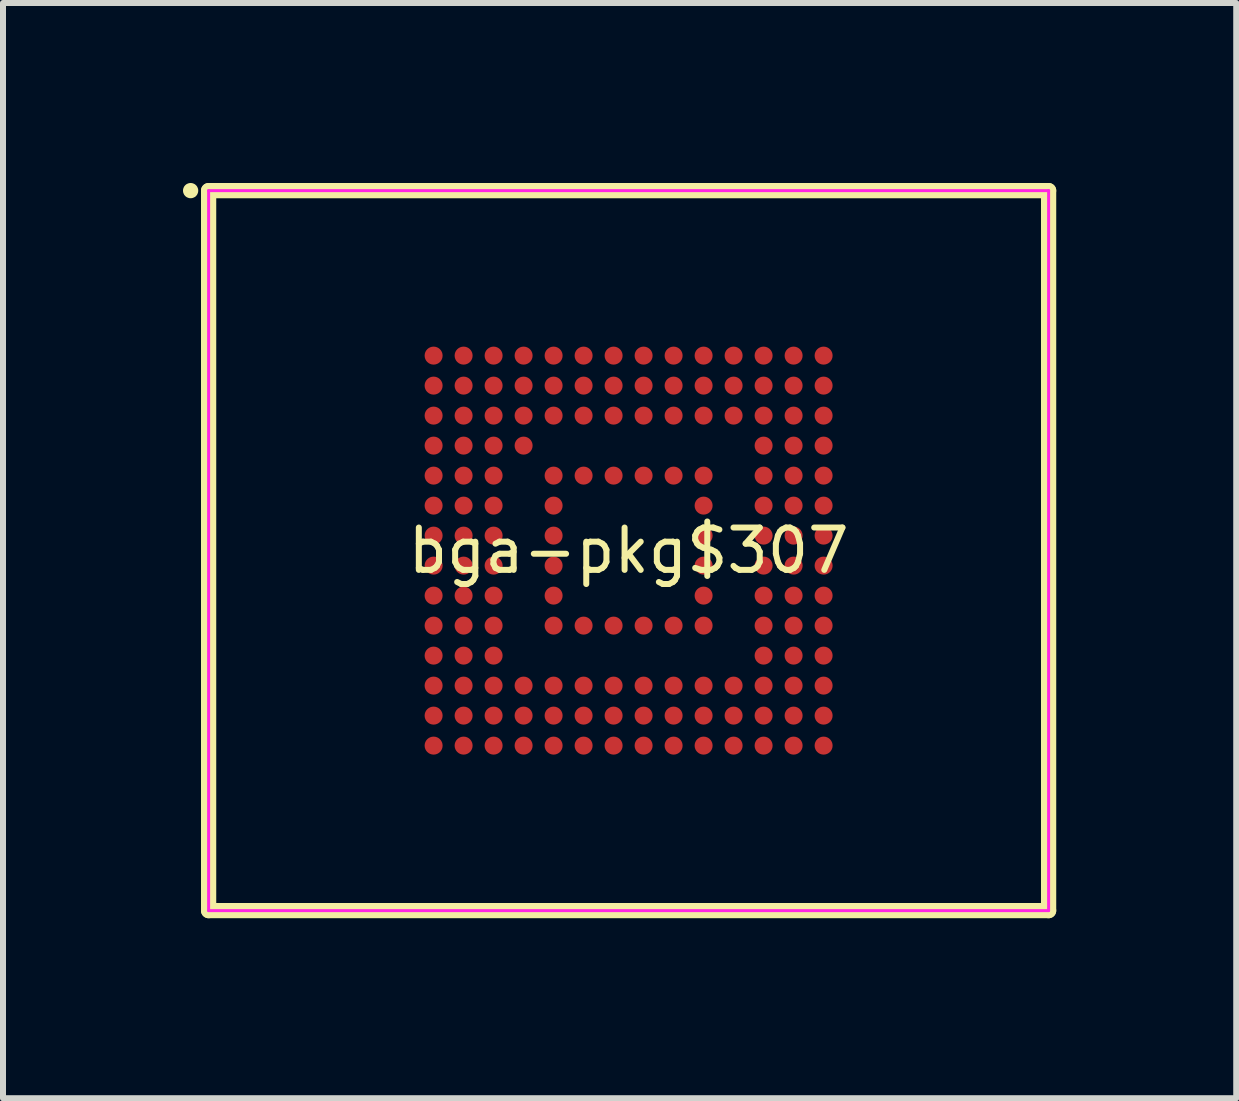
<source format=kicad_pcb>
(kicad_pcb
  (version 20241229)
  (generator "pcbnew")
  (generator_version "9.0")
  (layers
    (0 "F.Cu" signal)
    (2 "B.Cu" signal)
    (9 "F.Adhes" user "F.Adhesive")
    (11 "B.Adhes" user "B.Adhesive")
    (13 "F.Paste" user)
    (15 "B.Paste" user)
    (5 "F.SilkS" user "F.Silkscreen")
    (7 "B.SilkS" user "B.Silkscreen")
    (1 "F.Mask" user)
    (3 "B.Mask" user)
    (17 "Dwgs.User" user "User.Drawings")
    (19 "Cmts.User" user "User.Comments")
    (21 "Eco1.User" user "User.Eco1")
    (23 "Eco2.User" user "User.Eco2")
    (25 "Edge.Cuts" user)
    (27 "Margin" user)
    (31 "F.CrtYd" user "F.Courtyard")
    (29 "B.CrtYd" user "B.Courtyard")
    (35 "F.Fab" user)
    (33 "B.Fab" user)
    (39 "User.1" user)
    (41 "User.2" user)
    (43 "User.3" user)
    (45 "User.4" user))
  (footprint "bga-pkg$307"
    (layer "F.Cu")
    (at 7.427 6.127)
    (property "Reference" "bga-pkg$307" (at 0 0 0) (layer "F.SilkS") (effects (font (size 0.706 0.706) (thickness 0.1))))
    (attr through_hole)
    (fp_line (start -7 -6) (end -7 6) (stroke (width 0.254) (type solid)) (layer "F.SilkS"))
    (fp_line (start -7 6) (end 7 6) (stroke (width 0.254) (type solid)) (layer "F.SilkS"))
    (fp_line (start 7 -6) (end -7 -6) (stroke (width 0.254) (type solid)) (layer "F.SilkS"))
    (fp_line (start 7 6) (end 7 -6) (stroke (width 0.254) (type solid)) (layer "F.SilkS"))
    (fp_poly (pts (xy -7.173 -6) (xy -7.175 -6.025) (xy -7.183 -6.049) (xy -7.194 -6.071) (xy -7.21 -6.09) (xy -7.229 -6.106) (xy -7.251 -6.117) (xy -7.275 -6.125) (xy -7.3 -6.127) (xy -7.325 -6.125) (xy -7.349 -6.117) (xy -7.371 -6.106) (xy -7.39 -6.09) (xy -7.406 -6.071) (xy -7.417 -6.049) (xy -7.425 -6.025) (xy -7.427 -6) (xy -7.425 -5.975) (xy -7.417 -5.951) (xy -7.406 -5.929) (xy -7.39 -5.91) (xy -7.371 -5.894) (xy -7.349 -5.883) (xy -7.325 -5.875) (xy -7.3 -5.873) (xy -7.275 -5.875) (xy -7.251 -5.883) (xy -7.229 -5.894) (xy -7.21 -5.91) (xy -7.194 -5.929) (xy -7.183 -5.951) (xy -7.175 -5.975)) (stroke (width 0) (type solid)) (fill yes) (layer "F.SilkS"))
    (fp_line (start -7 -6) (end -7 6) (stroke (width 0.05) (type solid)) (layer "F.CrtYd"))
    (fp_line (start -7 6) (end 7 6) (stroke (width 0.05) (type solid)) (layer "F.CrtYd"))
    (fp_line (start 7 -6) (end -7 -6) (stroke (width 0.05) (type solid)) (layer "F.CrtYd"))
    (fp_line (start 7 6) (end 7 -6) (stroke (width 0.05) (type solid)) (layer "F.CrtYd"))
    (pad "A1" smd circle (at -3.25 -3.25) (size 0.3 0.3) (layers "F.Cu" "F.Mask" "F.Paste"))
    (pad "A2" smd circle (at -2.75 -3.25) (size 0.3 0.3) (layers "F.Cu" "F.Mask" "F.Paste"))
    (pad "A3" smd circle (at -2.25 -3.25) (size 0.3 0.3) (layers "F.Cu" "F.Mask" "F.Paste"))
    (pad "A4" smd circle (at -1.75 -3.25) (size 0.3 0.3) (layers "F.Cu" "F.Mask" "F.Paste"))
    (pad "A5" smd circle (at -1.25 -3.25) (size 0.3 0.3) (layers "F.Cu" "F.Mask" "F.Paste"))
    (pad "A6" smd circle (at -0.75 -3.25) (size 0.3 0.3) (layers "F.Cu" "F.Mask" "F.Paste"))
    (pad "A7" smd circle (at -0.25 -3.25) (size 0.3 0.3) (layers "F.Cu" "F.Mask" "F.Paste"))
    (pad "A8" smd circle (at 0.25 -3.25) (size 0.3 0.3) (layers "F.Cu" "F.Mask" "F.Paste"))
    (pad "A9" smd circle (at 0.75 -3.25) (size 0.3 0.3) (layers "F.Cu" "F.Mask" "F.Paste"))
    (pad "A10" smd circle (at 1.25 -3.25) (size 0.3 0.3) (layers "F.Cu" "F.Mask" "F.Paste"))
    (pad "A11" smd circle (at 1.75 -3.25) (size 0.3 0.3) (layers "F.Cu" "F.Mask" "F.Paste"))
    (pad "A12" smd circle (at 2.25 -3.25) (size 0.3 0.3) (layers "F.Cu" "F.Mask" "F.Paste"))
    (pad "A13" smd circle (at 2.75 -3.25) (size 0.3 0.3) (layers "F.Cu" "F.Mask" "F.Paste"))
    (pad "A14" smd circle (at 3.25 -3.25) (size 0.3 0.3) (layers "F.Cu" "F.Mask" "F.Paste"))
    (pad "B1" smd circle (at -3.25 -2.75) (size 0.3 0.3) (layers "F.Cu" "F.Mask" "F.Paste"))
    (pad "B2" smd circle (at -2.75 -2.75) (size 0.3 0.3) (layers "F.Cu" "F.Mask" "F.Paste"))
    (pad "B3" smd circle (at -2.25 -2.75) (size 0.3 0.3) (layers "F.Cu" "F.Mask" "F.Paste"))
    (pad "B4" smd circle (at -1.75 -2.75) (size 0.3 0.3) (layers "F.Cu" "F.Mask" "F.Paste"))
    (pad "B5" smd circle (at -1.25 -2.75) (size 0.3 0.3) (layers "F.Cu" "F.Mask" "F.Paste"))
    (pad "B6" smd circle (at -0.75 -2.75) (size 0.3 0.3) (layers "F.Cu" "F.Mask" "F.Paste"))
    (pad "B7" smd circle (at -0.25 -2.75) (size 0.3 0.3) (layers "F.Cu" "F.Mask" "F.Paste"))
    (pad "B8" smd circle (at 0.25 -2.75) (size 0.3 0.3) (layers "F.Cu" "F.Mask" "F.Paste"))
    (pad "B9" smd circle (at 0.75 -2.75) (size 0.3 0.3) (layers "F.Cu" "F.Mask" "F.Paste"))
    (pad "B10" smd circle (at 1.25 -2.75) (size 0.3 0.3) (layers "F.Cu" "F.Mask" "F.Paste"))
    (pad "B11" smd circle (at 1.75 -2.75) (size 0.3 0.3) (layers "F.Cu" "F.Mask" "F.Paste"))
    (pad "B12" smd circle (at 2.25 -2.75) (size 0.3 0.3) (layers "F.Cu" "F.Mask" "F.Paste"))
    (pad "B13" smd circle (at 2.75 -2.75) (size 0.3 0.3) (layers "F.Cu" "F.Mask" "F.Paste"))
    (pad "B14" smd circle (at 3.25 -2.75) (size 0.3 0.3) (layers "F.Cu" "F.Mask" "F.Paste"))
    (pad "C1" smd circle (at -3.25 -2.25) (size 0.3 0.3) (layers "F.Cu" "F.Mask" "F.Paste"))
    (pad "C2" smd circle (at -2.75 -2.25) (size 0.3 0.3) (layers "F.Cu" "F.Mask" "F.Paste"))
    (pad "C3" smd circle (at -2.25 -2.25) (size 0.3 0.3) (layers "F.Cu" "F.Mask" "F.Paste"))
    (pad "C4" smd circle (at -1.75 -2.25) (size 0.3 0.3) (layers "F.Cu" "F.Mask" "F.Paste"))
    (pad "C5" smd circle (at -1.25 -2.25) (size 0.3 0.3) (layers "F.Cu" "F.Mask" "F.Paste"))
    (pad "C6" smd circle (at -0.75 -2.25) (size 0.3 0.3) (layers "F.Cu" "F.Mask" "F.Paste"))
    (pad "C7" smd circle (at -0.25 -2.25) (size 0.3 0.3) (layers "F.Cu" "F.Mask" "F.Paste"))
    (pad "C8" smd circle (at 0.25 -2.25) (size 0.3 0.3) (layers "F.Cu" "F.Mask" "F.Paste"))
    (pad "C9" smd circle (at 0.75 -2.25) (size 0.3 0.3) (layers "F.Cu" "F.Mask" "F.Paste"))
    (pad "C10" smd circle (at 1.25 -2.25) (size 0.3 0.3) (layers "F.Cu" "F.Mask" "F.Paste"))
    (pad "C11" smd circle (at 1.75 -2.25) (size 0.3 0.3) (layers "F.Cu" "F.Mask" "F.Paste"))
    (pad "C12" smd circle (at 2.25 -2.25) (size 0.3 0.3) (layers "F.Cu" "F.Mask" "F.Paste"))
    (pad "C13" smd circle (at 2.75 -2.25) (size 0.3 0.3) (layers "F.Cu" "F.Mask" "F.Paste"))
    (pad "C14" smd circle (at 3.25 -2.25) (size 0.3 0.3) (layers "F.Cu" "F.Mask" "F.Paste"))
    (pad "D1" smd circle (at -3.25 -1.75) (size 0.3 0.3) (layers "F.Cu" "F.Mask" "F.Paste"))
    (pad "D2" smd circle (at -2.75 -1.75) (size 0.3 0.3) (layers "F.Cu" "F.Mask" "F.Paste"))
    (pad "D3" smd circle (at -2.25 -1.75) (size 0.3 0.3) (layers "F.Cu" "F.Mask" "F.Paste"))
    (pad "D4" smd circle (at -1.75 -1.75) (size 0.3 0.3) (layers "F.Cu" "F.Mask" "F.Paste"))
    (pad "D12" smd circle (at 2.25 -1.75) (size 0.3 0.3) (layers "F.Cu" "F.Mask" "F.Paste"))
    (pad "D13" smd circle (at 2.75 -1.75) (size 0.3 0.3) (layers "F.Cu" "F.Mask" "F.Paste"))
    (pad "D14" smd circle (at 3.25 -1.75) (size 0.3 0.3) (layers "F.Cu" "F.Mask" "F.Paste"))
    (pad "E1" smd circle (at -3.25 -1.25) (size 0.3 0.3) (layers "F.Cu" "F.Mask" "F.Paste"))
    (pad "E2" smd circle (at -2.75 -1.25) (size 0.3 0.3) (layers "F.Cu" "F.Mask" "F.Paste"))
    (pad "E3" smd circle (at -2.25 -1.25) (size 0.3 0.3) (layers "F.Cu" "F.Mask" "F.Paste"))
    (pad "E5" smd circle (at -1.25 -1.25) (size 0.3 0.3) (layers "F.Cu" "F.Mask" "F.Paste"))
    (pad "E6" smd circle (at -0.75 -1.25) (size 0.3 0.3) (layers "F.Cu" "F.Mask" "F.Paste"))
    (pad "E7" smd circle (at -0.25 -1.25) (size 0.3 0.3) (layers "F.Cu" "F.Mask" "F.Paste"))
    (pad "E8" smd circle (at 0.25 -1.25) (size 0.3 0.3) (layers "F.Cu" "F.Mask" "F.Paste"))
    (pad "E9" smd circle (at 0.75 -1.25) (size 0.3 0.3) (layers "F.Cu" "F.Mask" "F.Paste"))
    (pad "E10" smd circle (at 1.25 -1.25) (size 0.3 0.3) (layers "F.Cu" "F.Mask" "F.Paste"))
    (pad "E12" smd circle (at 2.25 -1.25) (size 0.3 0.3) (layers "F.Cu" "F.Mask" "F.Paste"))
    (pad "E13" smd circle (at 2.75 -1.25) (size 0.3 0.3) (layers "F.Cu" "F.Mask" "F.Paste"))
    (pad "E14" smd circle (at 3.25 -1.25) (size 0.3 0.3) (layers "F.Cu" "F.Mask" "F.Paste"))
    (pad "F1" smd circle (at -3.25 -0.75) (size 0.3 0.3) (layers "F.Cu" "F.Mask" "F.Paste"))
    (pad "F2" smd circle (at -2.75 -0.75) (size 0.3 0.3) (layers "F.Cu" "F.Mask" "F.Paste"))
    (pad "F3" smd circle (at -2.25 -0.75) (size 0.3 0.3) (layers "F.Cu" "F.Mask" "F.Paste"))
    (pad "F5" smd circle (at -1.25 -0.75) (size 0.3 0.3) (layers "F.Cu" "F.Mask" "F.Paste"))
    (pad "F10" smd circle (at 1.25 -0.75) (size 0.3 0.3) (layers "F.Cu" "F.Mask" "F.Paste"))
    (pad "F12" smd circle (at 2.25 -0.75) (size 0.3 0.3) (layers "F.Cu" "F.Mask" "F.Paste"))
    (pad "F13" smd circle (at 2.75 -0.75) (size 0.3 0.3) (layers "F.Cu" "F.Mask" "F.Paste"))
    (pad "F14" smd circle (at 3.25 -0.75) (size 0.3 0.3) (layers "F.Cu" "F.Mask" "F.Paste"))
    (pad "G1" smd circle (at -3.25 -0.25) (size 0.3 0.3) (layers "F.Cu" "F.Mask" "F.Paste"))
    (pad "G2" smd circle (at -2.75 -0.25) (size 0.3 0.3) (layers "F.Cu" "F.Mask" "F.Paste"))
    (pad "G3" smd circle (at -2.25 -0.25) (size 0.3 0.3) (layers "F.Cu" "F.Mask" "F.Paste"))
    (pad "G5" smd circle (at -1.25 -0.25) (size 0.3 0.3) (layers "F.Cu" "F.Mask" "F.Paste"))
    (pad "G10" smd circle (at 1.25 -0.25) (size 0.3 0.3) (layers "F.Cu" "F.Mask" "F.Paste"))
    (pad "G12" smd circle (at 2.25 -0.25) (size 0.3 0.3) (layers "F.Cu" "F.Mask" "F.Paste"))
    (pad "G13" smd circle (at 2.75 -0.25) (size 0.3 0.3) (layers "F.Cu" "F.Mask" "F.Paste"))
    (pad "G14" smd circle (at 3.25 -0.25) (size 0.3 0.3) (layers "F.Cu" "F.Mask" "F.Paste"))
    (pad "H1" smd circle (at -3.25 0.25) (size 0.3 0.3) (layers "F.Cu" "F.Mask" "F.Paste"))
    (pad "H2" smd circle (at -2.75 0.25) (size 0.3 0.3) (layers "F.Cu" "F.Mask" "F.Paste"))
    (pad "H3" smd circle (at -2.25 0.25) (size 0.3 0.3) (layers "F.Cu" "F.Mask" "F.Paste"))
    (pad "H5" smd circle (at -1.25 0.25) (size 0.3 0.3) (layers "F.Cu" "F.Mask" "F.Paste"))
    (pad "H10" smd circle (at 1.25 0.25) (size 0.3 0.3) (layers "F.Cu" "F.Mask" "F.Paste"))
    (pad "H12" smd circle (at 2.25 0.25) (size 0.3 0.3) (layers "F.Cu" "F.Mask" "F.Paste"))
    (pad "H13" smd circle (at 2.75 0.25) (size 0.3 0.3) (layers "F.Cu" "F.Mask" "F.Paste"))
    (pad "H14" smd circle (at 3.25 0.25) (size 0.3 0.3) (layers "F.Cu" "F.Mask" "F.Paste"))
    (pad "J1" smd circle (at -3.25 0.75) (size 0.3 0.3) (layers "F.Cu" "F.Mask" "F.Paste"))
    (pad "J2" smd circle (at -2.75 0.75) (size 0.3 0.3) (layers "F.Cu" "F.Mask" "F.Paste"))
    (pad "J3" smd circle (at -2.25 0.75) (size 0.3 0.3) (layers "F.Cu" "F.Mask" "F.Paste"))
    (pad "J5" smd circle (at -1.25 0.75) (size 0.3 0.3) (layers "F.Cu" "F.Mask" "F.Paste"))
    (pad "J10" smd circle (at 1.25 0.75) (size 0.3 0.3) (layers "F.Cu" "F.Mask" "F.Paste"))
    (pad "J12" smd circle (at 2.25 0.75) (size 0.3 0.3) (layers "F.Cu" "F.Mask" "F.Paste"))
    (pad "J13" smd circle (at 2.75 0.75) (size 0.3 0.3) (layers "F.Cu" "F.Mask" "F.Paste"))
    (pad "J14" smd circle (at 3.25 0.75) (size 0.3 0.3) (layers "F.Cu" "F.Mask" "F.Paste"))
    (pad "K1" smd circle (at -3.25 1.25) (size 0.3 0.3) (layers "F.Cu" "F.Mask" "F.Paste"))
    (pad "K2" smd circle (at -2.75 1.25) (size 0.3 0.3) (layers "F.Cu" "F.Mask" "F.Paste"))
    (pad "K3" smd circle (at -2.25 1.25) (size 0.3 0.3) (layers "F.Cu" "F.Mask" "F.Paste"))
    (pad "K5" smd circle (at -1.25 1.25) (size 0.3 0.3) (layers "F.Cu" "F.Mask" "F.Paste"))
    (pad "K6" smd circle (at -0.75 1.25) (size 0.3 0.3) (layers "F.Cu" "F.Mask" "F.Paste"))
    (pad "K7" smd circle (at -0.25 1.25) (size 0.3 0.3) (layers "F.Cu" "F.Mask" "F.Paste"))
    (pad "K8" smd circle (at 0.25 1.25) (size 0.3 0.3) (layers "F.Cu" "F.Mask" "F.Paste"))
    (pad "K9" smd circle (at 0.75 1.25) (size 0.3 0.3) (layers "F.Cu" "F.Mask" "F.Paste"))
    (pad "K10" smd circle (at 1.25 1.25) (size 0.3 0.3) (layers "F.Cu" "F.Mask" "F.Paste"))
    (pad "K12" smd circle (at 2.25 1.25) (size 0.3 0.3) (layers "F.Cu" "F.Mask" "F.Paste"))
    (pad "K13" smd circle (at 2.75 1.25) (size 0.3 0.3) (layers "F.Cu" "F.Mask" "F.Paste"))
    (pad "K14" smd circle (at 3.25 1.25) (size 0.3 0.3) (layers "F.Cu" "F.Mask" "F.Paste"))
    (pad "L1" smd circle (at -3.25 1.75) (size 0.3 0.3) (layers "F.Cu" "F.Mask" "F.Paste"))
    (pad "L2" smd circle (at -2.75 1.75) (size 0.3 0.3) (layers "F.Cu" "F.Mask" "F.Paste"))
    (pad "L3" smd circle (at -2.25 1.75) (size 0.3 0.3) (layers "F.Cu" "F.Mask" "F.Paste"))
    (pad "L12" smd circle (at 2.25 1.75) (size 0.3 0.3) (layers "F.Cu" "F.Mask" "F.Paste"))
    (pad "L13" smd circle (at 2.75 1.75) (size 0.3 0.3) (layers "F.Cu" "F.Mask" "F.Paste"))
    (pad "L14" smd circle (at 3.25 1.75) (size 0.3 0.3) (layers "F.Cu" "F.Mask" "F.Paste"))
    (pad "M1" smd circle (at -3.25 2.25) (size 0.3 0.3) (layers "F.Cu" "F.Mask" "F.Paste"))
    (pad "M2" smd circle (at -2.75 2.25) (size 0.3 0.3) (layers "F.Cu" "F.Mask" "F.Paste"))
    (pad "M3" smd circle (at -2.25 2.25) (size 0.3 0.3) (layers "F.Cu" "F.Mask" "F.Paste"))
    (pad "M4" smd circle (at -1.75 2.25) (size 0.3 0.3) (layers "F.Cu" "F.Mask" "F.Paste"))
    (pad "M5" smd circle (at -1.25 2.25) (size 0.3 0.3) (layers "F.Cu" "F.Mask" "F.Paste"))
    (pad "M6" smd circle (at -0.75 2.25) (size 0.3 0.3) (layers "F.Cu" "F.Mask" "F.Paste"))
    (pad "M7" smd circle (at -0.25 2.25) (size 0.3 0.3) (layers "F.Cu" "F.Mask" "F.Paste"))
    (pad "M8" smd circle (at 0.25 2.25) (size 0.3 0.3) (layers "F.Cu" "F.Mask" "F.Paste"))
    (pad "M9" smd circle (at 0.75 2.25) (size 0.3 0.3) (layers "F.Cu" "F.Mask" "F.Paste"))
    (pad "M10" smd circle (at 1.25 2.25) (size 0.3 0.3) (layers "F.Cu" "F.Mask" "F.Paste"))
    (pad "M11" smd circle (at 1.75 2.25) (size 0.3 0.3) (layers "F.Cu" "F.Mask" "F.Paste"))
    (pad "M12" smd circle (at 2.25 2.25) (size 0.3 0.3) (layers "F.Cu" "F.Mask" "F.Paste"))
    (pad "M13" smd circle (at 2.75 2.25) (size 0.3 0.3) (layers "F.Cu" "F.Mask" "F.Paste"))
    (pad "M14" smd circle (at 3.25 2.25) (size 0.3 0.3) (layers "F.Cu" "F.Mask" "F.Paste"))
    (pad "N1" smd circle (at -3.25 2.75) (size 0.3 0.3) (layers "F.Cu" "F.Mask" "F.Paste"))
    (pad "N2" smd circle (at -2.75 2.75) (size 0.3 0.3) (layers "F.Cu" "F.Mask" "F.Paste"))
    (pad "N3" smd circle (at -2.25 2.75) (size 0.3 0.3) (layers "F.Cu" "F.Mask" "F.Paste"))
    (pad "N4" smd circle (at -1.75 2.75) (size 0.3 0.3) (layers "F.Cu" "F.Mask" "F.Paste"))
    (pad "N5" smd circle (at -1.25 2.75) (size 0.3 0.3) (layers "F.Cu" "F.Mask" "F.Paste"))
    (pad "N6" smd circle (at -0.75 2.75) (size 0.3 0.3) (layers "F.Cu" "F.Mask" "F.Paste"))
    (pad "N7" smd circle (at -0.25 2.75) (size 0.3 0.3) (layers "F.Cu" "F.Mask" "F.Paste"))
    (pad "N8" smd circle (at 0.25 2.75) (size 0.3 0.3) (layers "F.Cu" "F.Mask" "F.Paste"))
    (pad "N9" smd circle (at 0.75 2.75) (size 0.3 0.3) (layers "F.Cu" "F.Mask" "F.Paste"))
    (pad "N10" smd circle (at 1.25 2.75) (size 0.3 0.3) (layers "F.Cu" "F.Mask" "F.Paste"))
    (pad "N11" smd circle (at 1.75 2.75) (size 0.3 0.3) (layers "F.Cu" "F.Mask" "F.Paste"))
    (pad "N12" smd circle (at 2.25 2.75) (size 0.3 0.3) (layers "F.Cu" "F.Mask" "F.Paste"))
    (pad "N13" smd circle (at 2.75 2.75) (size 0.3 0.3) (layers "F.Cu" "F.Mask" "F.Paste"))
    (pad "N14" smd circle (at 3.25 2.75) (size 0.3 0.3) (layers "F.Cu" "F.Mask" "F.Paste"))
    (pad "P1" smd circle (at -3.25 3.25) (size 0.3 0.3) (layers "F.Cu" "F.Mask" "F.Paste"))
    (pad "P2" smd circle (at -2.75 3.25) (size 0.3 0.3) (layers "F.Cu" "F.Mask" "F.Paste"))
    (pad "P3" smd circle (at -2.25 3.25) (size 0.3 0.3) (layers "F.Cu" "F.Mask" "F.Paste"))
    (pad "P4" smd circle (at -1.75 3.25) (size 0.3 0.3) (layers "F.Cu" "F.Mask" "F.Paste"))
    (pad "P5" smd circle (at -1.25 3.25) (size 0.3 0.3) (layers "F.Cu" "F.Mask" "F.Paste"))
    (pad "P6" smd circle (at -0.75 3.25) (size 0.3 0.3) (layers "F.Cu" "F.Mask" "F.Paste"))
    (pad "P7" smd circle (at -0.25 3.25) (size 0.3 0.3) (layers "F.Cu" "F.Mask" "F.Paste"))
    (pad "P8" smd circle (at 0.25 3.25) (size 0.3 0.3) (layers "F.Cu" "F.Mask" "F.Paste"))
    (pad "P9" smd circle (at 0.75 3.25) (size 0.3 0.3) (layers "F.Cu" "F.Mask" "F.Paste"))
    (pad "P10" smd circle (at 1.25 3.25) (size 0.3 0.3) (layers "F.Cu" "F.Mask" "F.Paste"))
    (pad "P11" smd circle (at 1.75 3.25) (size 0.3 0.3) (layers "F.Cu" "F.Mask" "F.Paste"))
    (pad "P12" smd circle (at 2.25 3.25) (size 0.3 0.3) (layers "F.Cu" "F.Mask" "F.Paste"))
    (pad "P13" smd circle (at 2.75 3.25) (size 0.3 0.3) (layers "F.Cu" "F.Mask" "F.Paste"))
    (pad "P14" smd circle (at 3.25 3.25) (size 0.3 0.3) (layers "F.Cu" "F.Mask" "F.Paste")))
  (gr_rect
    (start -3 -3)
    (end 17.554 15.254)
    (stroke (width 0.1) (type default))
    (fill no)
    (layer "Edge.Cuts")))
</source>
